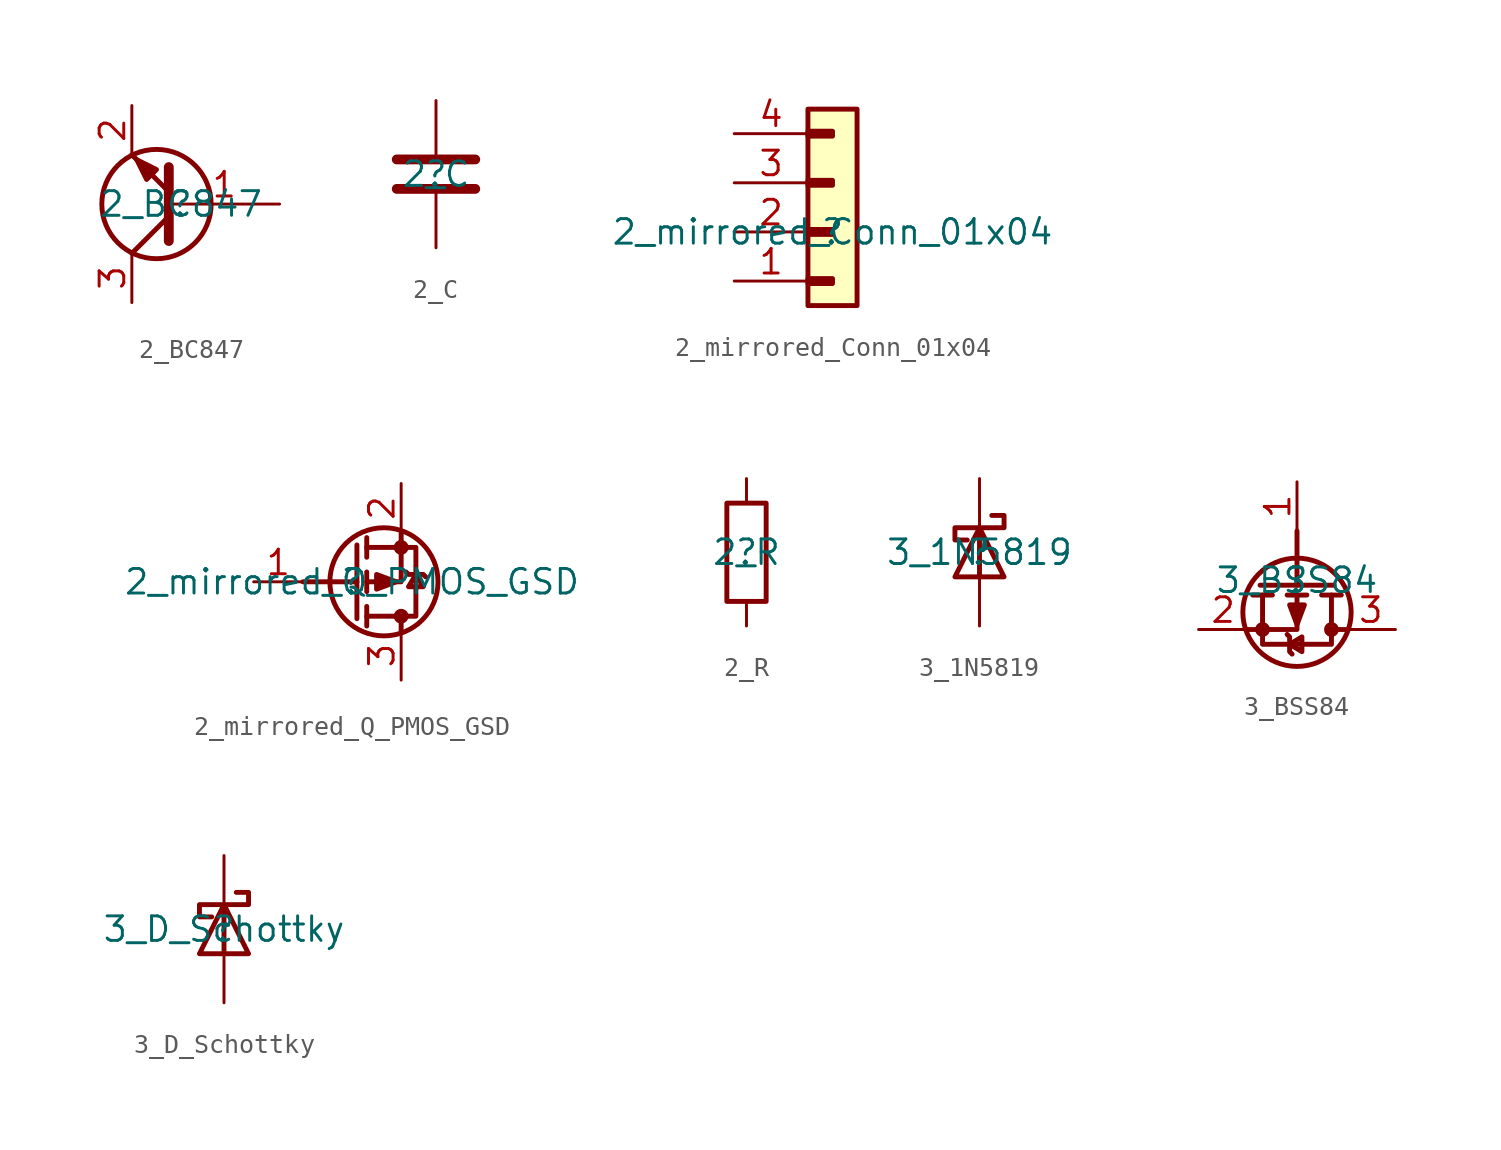
<source format=kicad_sym>
(kicad_symbol_lib
  (version 20211014)
  (generator kicad_symbol_editor)
  (symbol "2_BC847"
    (property "Reference" ""
      (at 0 0 0)
      (effects (font (size 1.27 1.27))))
    (property "Value" "2_BC847"
      (at 0 0 0)
      (effects (font (size 1.27 1.27))))
    (symbol "2_BC847_1_0"
      (circle (center -1.27 0) (radius 2.819) (stroke (width 0.254) (type default) (color 0 0 0 0)) (fill (type none)))
      (polyline (pts (xy -0.635 -0.635) (xy -2.54 -2.54)) (stroke (width 0.254) (type default) (color 0 0 0 0)) (fill (type none)))
      (polyline (pts (xy -0.635 -1.905) (xy -0.635 1.905) (xy -0.635 1.905)) (stroke (width 0.508) (type default) (color 0 0 0 0)) (fill (type none)))
      (polyline (pts (xy -0.635 0.635) (xy -2.54 2.54) (xy -2.54 2.54)) (stroke (width 0.254) (type default) (color 0 0 0 0)) (fill (type none)))
      (polyline (pts (xy -1.27 1.778) (xy -1.778 1.27) (xy -2.286 2.286) (xy -1.27 1.778) (xy -1.27 1.778) (xy -1.27 1.778)) (stroke (width 0.254) (type default) (color 0 0 0 0)) (fill (type outline)))
      (pin passive line (at 5.08 0 180) (length 5.715) (name "B" (effects (font (size 0 0)))) (number "1" (effects (font (size 1.27 1.27)))))
      (pin passive line (at -2.54 5.08 270) (length 2.54) (name "E" (effects (font (size 0 0)))) (number "2" (effects (font (size 1.27 1.27)))))
      (pin passive line (at -2.54 -5.08 90) (length 2.54) (name "C" (effects (font (size 0 0)))) (number "3" (effects (font (size 1.27 1.27)))))))
  (symbol "2_C"
    (property "Reference" ""
      (at 0 0 0)
      (effects (font (size 1.27 1.27))))
    (property "Value" "2_C"
      (at 0 0 0)
      (effects (font (size 1.27 1.27))))
    (symbol "2_C_1_0"
      (polyline (pts (xy 2.032 -0.762) (xy -2.032 -0.762)) (stroke (width 0.508) (type default) (color 0 0 0 0)) (fill (type none)))
      (polyline (pts (xy 2.032 0.762) (xy -2.032 0.762)) (stroke (width 0.508) (type default) (color 0 0 0 0)) (fill (type none)))
      (pin passive line (at 0 -3.81 90) (length 2.794) (name "1" (effects (font (size 0 0)))) (number "1" (effects (font (size 0 0)))))
      (pin passive line (at 0 3.81 270) (length 2.794) (name "2" (effects (font (size 0 0)))) (number "2" (effects (font (size 0 0)))))))
  (symbol "2_mirrored_Conn_01x04"
    (property "Reference" ""
      (at 0 0 0)
      (effects (font (size 1.27 1.27))))
    (property "Value" "2_mirrored_Conn_01x04"
      (at 0 0 0)
      (effects (font (size 1.27 1.27))))
    (symbol "2_mirrored_Conn_01x04_1_0"
      (rectangle (start 0 -2.413) (end -1.27 -2.667) (stroke (width 0.254) (type default) (color 0 0 0 0)) (fill (type none)))
      (rectangle (start 0 0.127) (end -1.27 -0.127) (stroke (width 0.254) (type default) (color 0 0 0 0)) (fill (type none)))
      (rectangle (start 0 2.667) (end -1.27 2.413) (stroke (width 0.254) (type default) (color 0 0 0 0)) (fill (type none)))
      (rectangle (start 0 5.207) (end -1.27 4.953) (stroke (width 0.254) (type default) (color 0 0 0 0)) (fill (type none)))
      (rectangle (start 1.27 6.35) (end -1.27 -3.81) (stroke (width 0.254) (type default) (color 0 0 0 0)) (fill (type background)))
      (pin passive line (at -5.08 -2.54 0) (length 3.81) (name "Pin_1" (effects (font (size 0 0)))) (number "1" (effects (font (size 1.27 1.27)))))
      (pin passive line (at -5.08 0 0) (length 3.81) (name "Pin_2" (effects (font (size 0 0)))) (number "2" (effects (font (size 1.27 1.27)))))
      (pin passive line (at -5.08 2.54 0) (length 3.81) (name "Pin_3" (effects (font (size 0 0)))) (number "3" (effects (font (size 1.27 1.27)))))
      (pin passive line (at -5.08 5.08 0) (length 3.81) (name "Pin_4" (effects (font (size 0 0)))) (number "4" (effects (font (size 1.27 1.27)))))))
  (symbol "2_mirrored_Q_PMOS_GSD"
    (property "Reference" ""
      (at 0 0 0)
      (effects (font (size 1.27 1.27))))
    (property "Value" "2_mirrored_Q_PMOS_GSD"
      (at 0 0 0)
      (effects (font (size 1.27 1.27))))
    (symbol "2_mirrored_Q_PMOS_GSD_1_0"
      (polyline (pts (xy 0.254 -1.905) (xy 0.254 1.905)) (stroke (width 0.254) (type default) (color 0 0 0 0)) (fill (type none)))
      (polyline (pts (xy 0.254 0) (xy -2.54 0)) (stroke (width 0.254) (type default) (color 0 0 0 0)) (fill (type none)))
      (polyline (pts (xy 0.762 -2.286) (xy 0.762 -1.27)) (stroke (width 0.254) (type default) (color 0 0 0 0)) (fill (type none)))
      (polyline (pts (xy 0.762 -0.508) (xy 0.762 0.508)) (stroke (width 0.254) (type default) (color 0 0 0 0)) (fill (type none)))
      (polyline (pts (xy 0.762 1.27) (xy 0.762 2.286)) (stroke (width 0.254) (type default) (color 0 0 0 0)) (fill (type none)))
      (polyline (pts (xy 2.54 -2.54) (xy 2.54 -1.778)) (stroke (width 0.254) (type default) (color 0 0 0 0)) (fill (type none)))
      (polyline (pts (xy 2.54 2.54) (xy 2.54 0) (xy 0.762 0)) (stroke (width 0.254) (type default) (color 0 0 0 0)) (fill (type none)))
      (polyline (pts (xy 0.762 -1.778) (xy 3.302 -1.778) (xy 3.302 1.778) (xy 0.762 1.778)) (stroke (width 0.254) (type default) (color 0 0 0 0)) (fill (type none)))
      (polyline (pts (xy 2.794 0.508) (xy 2.921 0.381) (xy 3.683 0.381) (xy 3.81 0.254)) (stroke (width 0.254) (type default) (color 0 0 0 0)) (fill (type none)))
      (polyline (pts (xy 3.302 0.381) (xy 2.921 -0.254) (xy 3.683 -0.254) (xy 3.302 0.381)) (stroke (width 0.254) (type default) (color 0 0 0 0)) (fill (type none)))
      (polyline (pts (xy 2.286 0) (xy 1.27 -0.381) (xy 1.27 0.381) (xy 2.286 0) (xy 2.286 0)) (stroke (width 0.254) (type default) (color 0 0 0 0)) (fill (type outline)))
      (circle (center 1.651 0) (radius 2.794) (stroke (width 0.254) (type default) (color 0 0 0 0)) (fill (type none)))
      (circle (center 2.54 -1.778) (radius 0.254) (stroke (width 0.254) (type default) (color 0 0 0 0)) (fill (type none)))
      (circle (center 2.54 1.778) (radius 0.254) (stroke (width 0.254) (type default) (color 0 0 0 0)) (fill (type none)))
      (pin passive line (at -5.08 0 0) (length 2.54) (name "G" (effects (font (size 0 0)))) (number "1" (effects (font (size 1.27 1.27)))))
      (pin passive line (at 2.54 5.08 270) (length 2.54) (name "S" (effects (font (size 0 0)))) (number "2" (effects (font (size 1.27 1.27)))))
      (pin passive line (at 2.54 -5.08 90) (length 2.54) (name "D" (effects (font (size 0 0)))) (number "3" (effects (font (size 1.27 1.27)))))))
  (symbol "2_R"
    (property "Reference" ""
      (at 0 0 0)
      (effects (font (size 1.27 1.27))))
    (property "Value" "2_R"
      (at 0 0 0)
      (effects (font (size 1.27 1.27))))
    (symbol "2_R_1_0"
      (rectangle (start 1.016 2.54) (end -1.016 -2.54) (stroke (width 0.254) (type default) (color 0 0 0 0)) (fill (type none)))
      (pin passive line (at 0 -3.81 90) (length 1.27) (name "1" (effects (font (size 0 0)))) (number "1" (effects (font (size 0 0)))))
      (pin passive line (at 0 3.81 270) (length 1.27) (name "2" (effects (font (size 0 0)))) (number "2" (effects (font (size 0 0)))))))
  (symbol "3_1N5819"
    (property "Reference" ""
      (at 0 0 0)
      (effects (font (size 1.27 1.27))))
    (property "Value" "3_1N5819"
      (at 0 0 0)
      (effects (font (size 1.27 1.27))))
    (symbol "3_1N5819_1_0"
      (polyline (pts (xy 0 -1.27) (xy 0 1.27)) (stroke (width 0.254) (type default) (color 0 0 0 0)) (fill (type none)))
      (polyline (pts (xy 1.27 -1.27) (xy -1.27 -1.27) (xy 0 1.27) (xy 1.27 -1.27)) (stroke (width 0.254) (type default) (color 0 0 0 0)) (fill (type none)))
      (polyline (pts (xy 0.635 1.905) (xy 1.27 1.905) (xy 1.27 1.27) (xy -1.27 1.27) (xy -1.27 0.635) (xy -0.635 0.635)) (stroke (width 0.254) (type default) (color 0 0 0 0)) (fill (type none)))
      (pin passive line (at 0 -3.81 90) (length 2.54) (name "A" (effects (font (size 0 0)))) (number "A" (effects (font (size 0 0)))))
      (pin passive line (at 0 3.81 270) (length 2.54) (name "K" (effects (font (size 0 0)))) (number "K" (effects (font (size 0 0)))))))
  (symbol "3_BSS84"
    (property "Reference" ""
      (at 0 0 0)
      (effects (font (size 1.27 1.27))))
    (property "Value" "3_BSS84"
      (at 0 0 0)
      (effects (font (size 1.27 1.27))))
    (symbol "3_BSS84_1_0"
      (circle (center -1.778 -2.54) (radius 0.254) (stroke (width 0.254) (type default) (color 0 0 0 0)) (fill (type none)))
      (circle (center 0 -1.651) (radius 2.794) (stroke (width 0.254) (type default) (color 0 0 0 0)) (fill (type none)))
      (polyline (pts (xy -1.27 -0.762) (xy -2.286 -0.762)) (stroke (width 0.254) (type default) (color 0 0 0 0)) (fill (type none)))
      (polyline (pts (xy 0 -0.254) (xy 0 2.54)) (stroke (width 0.254) (type default) (color 0 0 0 0)) (fill (type none)))
      (polyline (pts (xy 0.508 -0.762) (xy -0.508 -0.762)) (stroke (width 0.254) (type default) (color 0 0 0 0)) (fill (type none)))
      (polyline (pts (xy 1.905 -0.254) (xy -1.905 -0.254)) (stroke (width 0.254) (type default) (color 0 0 0 0)) (fill (type none)))
      (polyline (pts (xy 2.286 -0.762) (xy 1.27 -0.762)) (stroke (width 0.254) (type default) (color 0 0 0 0)) (fill (type none)))
      (polyline (pts (xy 2.54 -2.54) (xy 1.778 -2.54)) (stroke (width 0.254) (type default) (color 0 0 0 0)) (fill (type none)))
      (polyline (pts (xy -2.54 -2.54) (xy 0 -2.54) (xy 0 -0.762)) (stroke (width 0.254) (type default) (color 0 0 0 0)) (fill (type none)))
      (polyline (pts (xy -0.508 -2.794) (xy -0.381 -2.921) (xy -0.381 -3.683) (xy -0.254 -3.81)) (stroke (width 0.254) (type default) (color 0 0 0 0)) (fill (type none)))
      (polyline (pts (xy -0.381 -3.302) (xy 0.254 -2.921) (xy 0.254 -3.683) (xy -0.381 -3.302)) (stroke (width 0.254) (type default) (color 0 0 0 0)) (fill (type none)))
      (polyline (pts (xy 1.778 -0.762) (xy 1.778 -3.302) (xy -1.778 -3.302) (xy -1.778 -0.762)) (stroke (width 0.254) (type default) (color 0 0 0 0)) (fill (type none)))
      (polyline (pts (xy 0 -2.286) (xy 0.381 -1.27) (xy -0.381 -1.27) (xy 0 -2.286) (xy 0 -2.286)) (stroke (width 0.254) (type default) (color 0 0 0 0)) (fill (type outline)))
      (circle (center 1.778 -2.54) (radius 0.254) (stroke (width 0.254) (type default) (color 0 0 0 0)) (fill (type none)))
      (pin passive line (at 0 5.08 270) (length 2.54) (name "G" (effects (font (size 0 0)))) (number "1" (effects (font (size 1.27 1.27)))))
      (pin passive line (at -5.08 -2.54 0) (length 2.54) (name "S" (effects (font (size 0 0)))) (number "2" (effects (font (size 1.27 1.27)))))
      (pin passive line (at 5.08 -2.54 180) (length 2.54) (name "D" (effects (font (size 0 0)))) (number "3" (effects (font (size 1.27 1.27)))))))
  (symbol "3_D_Schottky"
    (property "Reference" ""
      (at 0 0 0)
      (effects (font (size 1.27 1.27))))
    (property "Value" "3_D_Schottky"
      (at 0 0 0)
      (effects (font (size 1.27 1.27))))
    (symbol "3_D_Schottky_1_0"
      (polyline (pts (xy 0 -1.27) (xy 0 1.27)) (stroke (width 0.254) (type default) (color 0 0 0 0)) (fill (type none)))
      (polyline (pts (xy 1.27 -1.27) (xy -1.27 -1.27) (xy 0 1.27) (xy 1.27 -1.27)) (stroke (width 0.254) (type default) (color 0 0 0 0)) (fill (type none)))
      (polyline (pts (xy 0.635 1.905) (xy 1.27 1.905) (xy 1.27 1.27) (xy -1.27 1.27) (xy -1.27 0.635) (xy -0.635 0.635)) (stroke (width 0.254) (type default) (color 0 0 0 0)) (fill (type none)))
      (pin passive line (at 0 -3.81 90) (length 2.54) (name "A" (effects (font (size 0 0)))) (number "A" (effects (font (size 0 0)))))
      (pin passive line (at 0 3.81 270) (length 2.54) (name "K" (effects (font (size 0 0)))) (number "K" (effects (font (size 0 0))))))))
</source>
